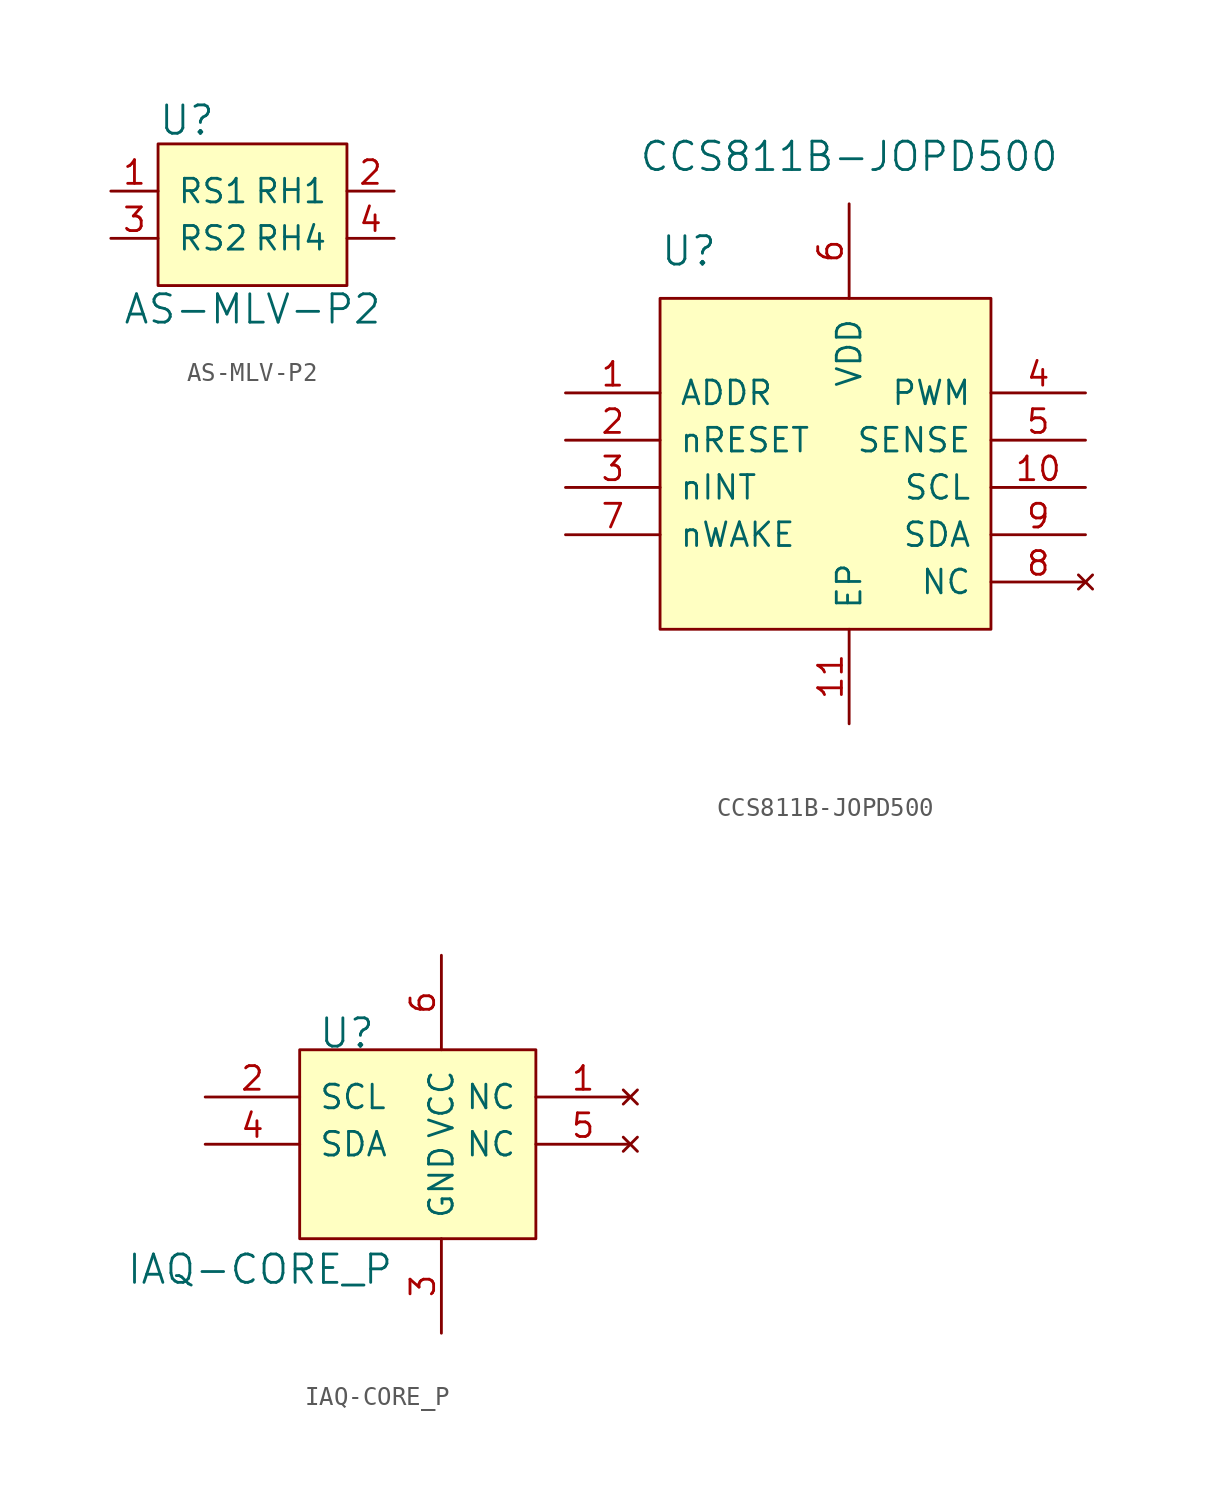
<source format=kicad_sym>
(kicad_symbol_lib
  (version 20231120)
  (generator "kicad_symbol_editor")
  (generator_version "8.0")
  (symbol "AS-MLV-P2"
    (pin_names
      (offset 1.016))
    (property "Reference" "U"
      (at -5.08 8.89 0)
      (effects (font (size 1.524 1.524)) (justify left)))
    (property "Value" "AS-MLV-P2"
      (at 0 -1.27 0)
      (effects (font (size 1.524 1.524))))
    (symbol "AS-MLV-P2_0_1"
      (rectangle (start 5.08 7.62) (end -5.08 0) (stroke (width 0) (type default)) (fill (type background))))
    (symbol "AS-MLV-P2_1_1"
      (pin unspecified line (at -7.62 5.08 0) (length 2.54) (name "RS1" (effects (font (size 1.27 1.27)))) (number "1" (effects (font (size 1.27 1.27)))))
      (pin unspecified line (at 7.62 5.08 180) (length 2.54) (name "RH1" (effects (font (size 1.27 1.27)))) (number "2" (effects (font (size 1.27 1.27)))))
      (pin unspecified line (at -7.62 2.54 0) (length 2.54) (name "RS2" (effects (font (size 1.27 1.27)))) (number "3" (effects (font (size 1.27 1.27)))))
      (pin unspecified line (at 7.62 2.54 180) (length 2.54) (name "RH4" (effects (font (size 1.27 1.27)))) (number "4" (effects (font (size 1.27 1.27)))))))
  (symbol "CCS811B-JOPD500"
    (pin_names
      (offset 1.016))
    (property "Reference" "U"
      (at -7.62 12.7 0)
      (effects (font (size 1.524 1.524)) (justify left)))
    (property "Value" "CCS811B-JOPD500"
      (at 2.54 17.78 0)
      (effects (font (size 1.524 1.524))))
    (symbol "CCS811B-JOPD500_0_1"
      (rectangle (start -7.62 10.16) (end 10.16 -7.62) (stroke (width 0) (type default)) (fill (type background))))
    (symbol "CCS811B-JOPD500_1_1"
      (pin input line (at -12.7 5.08 0) (length 5.08) (name "ADDR" (effects (font (size 1.27 1.27)))) (number "1" (effects (font (size 1.27 1.27)))))
      (pin input line (at 15.24 0 180) (length 5.08) (name "SCL" (effects (font (size 1.27 1.27)))) (number "10" (effects (font (size 1.27 1.27)))))
      (pin input line (at 2.54 -12.7 90) (length 5.08) (name "EP" (effects (font (size 1.27 1.27)))) (number "11" (effects (font (size 1.27 1.27)))))
      (pin input line (at -12.7 2.54 0) (length 5.08) (name "nRESET" (effects (font (size 1.27 1.27)))) (number "2" (effects (font (size 1.27 1.27)))))
      (pin output line (at -12.7 0 0) (length 5.08) (name "nINT" (effects (font (size 1.27 1.27)))) (number "3" (effects (font (size 1.27 1.27)))))
      (pin output line (at 15.24 5.08 180) (length 5.08) (name "PWM" (effects (font (size 1.27 1.27)))) (number "4" (effects (font (size 1.27 1.27)))))
      (pin output line (at 15.24 2.54 180) (length 5.08) (name "SENSE" (effects (font (size 1.27 1.27)))) (number "5" (effects (font (size 1.27 1.27)))))
      (pin power_in line (at 2.54 15.24 270) (length 5.08) (name "VDD" (effects (font (size 1.27 1.27)))) (number "6" (effects (font (size 1.27 1.27)))))
      (pin input line (at -12.7 -2.54 0) (length 5.08) (name "nWAKE" (effects (font (size 1.27 1.27)))) (number "7" (effects (font (size 1.27 1.27)))))
      (pin no_connect line (at 15.24 -5.08 180) (length 5.08) (name "NC" (effects (font (size 1.27 1.27)))) (number "8" (effects (font (size 1.27 1.27)))))
      (pin bidirectional line (at 15.24 -2.54 180) (length 5.08) (name "SDA" (effects (font (size 1.27 1.27)))) (number "9" (effects (font (size 1.27 1.27)))))))
  (symbol "IAQ-CORE_P"
    (pin_names
      (offset 1.016))
    (property "Reference" "U"
      (at -5.08 5.08 0)
      (effects (font (size 1.524 1.524)) (justify bottom)))
    (property "Value" "IAQ-CORE_P"
      (at -2.54 -7.62 0)
      (effects (font (size 1.524 1.524)) (justify right bottom)))
    (symbol "IAQ-CORE_P_0_1"
      (rectangle (start -7.62 5.08) (end 5.08 -5.08) (stroke (width 0) (type default)) (fill (type background))))
    (symbol "IAQ-CORE_P_1_1"
      (pin no_connect line (at 10.16 2.54 180) (length 5.08) (name "NC" (effects (font (size 1.27 1.27)))) (number "1" (effects (font (size 1.27 1.27)))))
      (pin input line (at -12.7 2.54 0) (length 5.08) (name "SCL" (effects (font (size 1.27 1.27)))) (number "2" (effects (font (size 1.27 1.27)))))
      (pin power_in line (at 0 -10.16 90) (length 5.08) (name "GND" (effects (font (size 1.27 1.27)))) (number "3" (effects (font (size 1.27 1.27)))))
      (pin bidirectional line (at -12.7 0 0) (length 5.08) (name "SDA" (effects (font (size 1.27 1.27)))) (number "4" (effects (font (size 1.27 1.27)))))
      (pin no_connect line (at 10.16 0 180) (length 5.08) (name "NC" (effects (font (size 1.27 1.27)))) (number "5" (effects (font (size 1.27 1.27)))))
      (pin power_in line (at 0 10.16 270) (length 5.08) (name "VCC" (effects (font (size 1.27 1.27)))) (number "6" (effects (font (size 1.27 1.27))))))))
</source>
